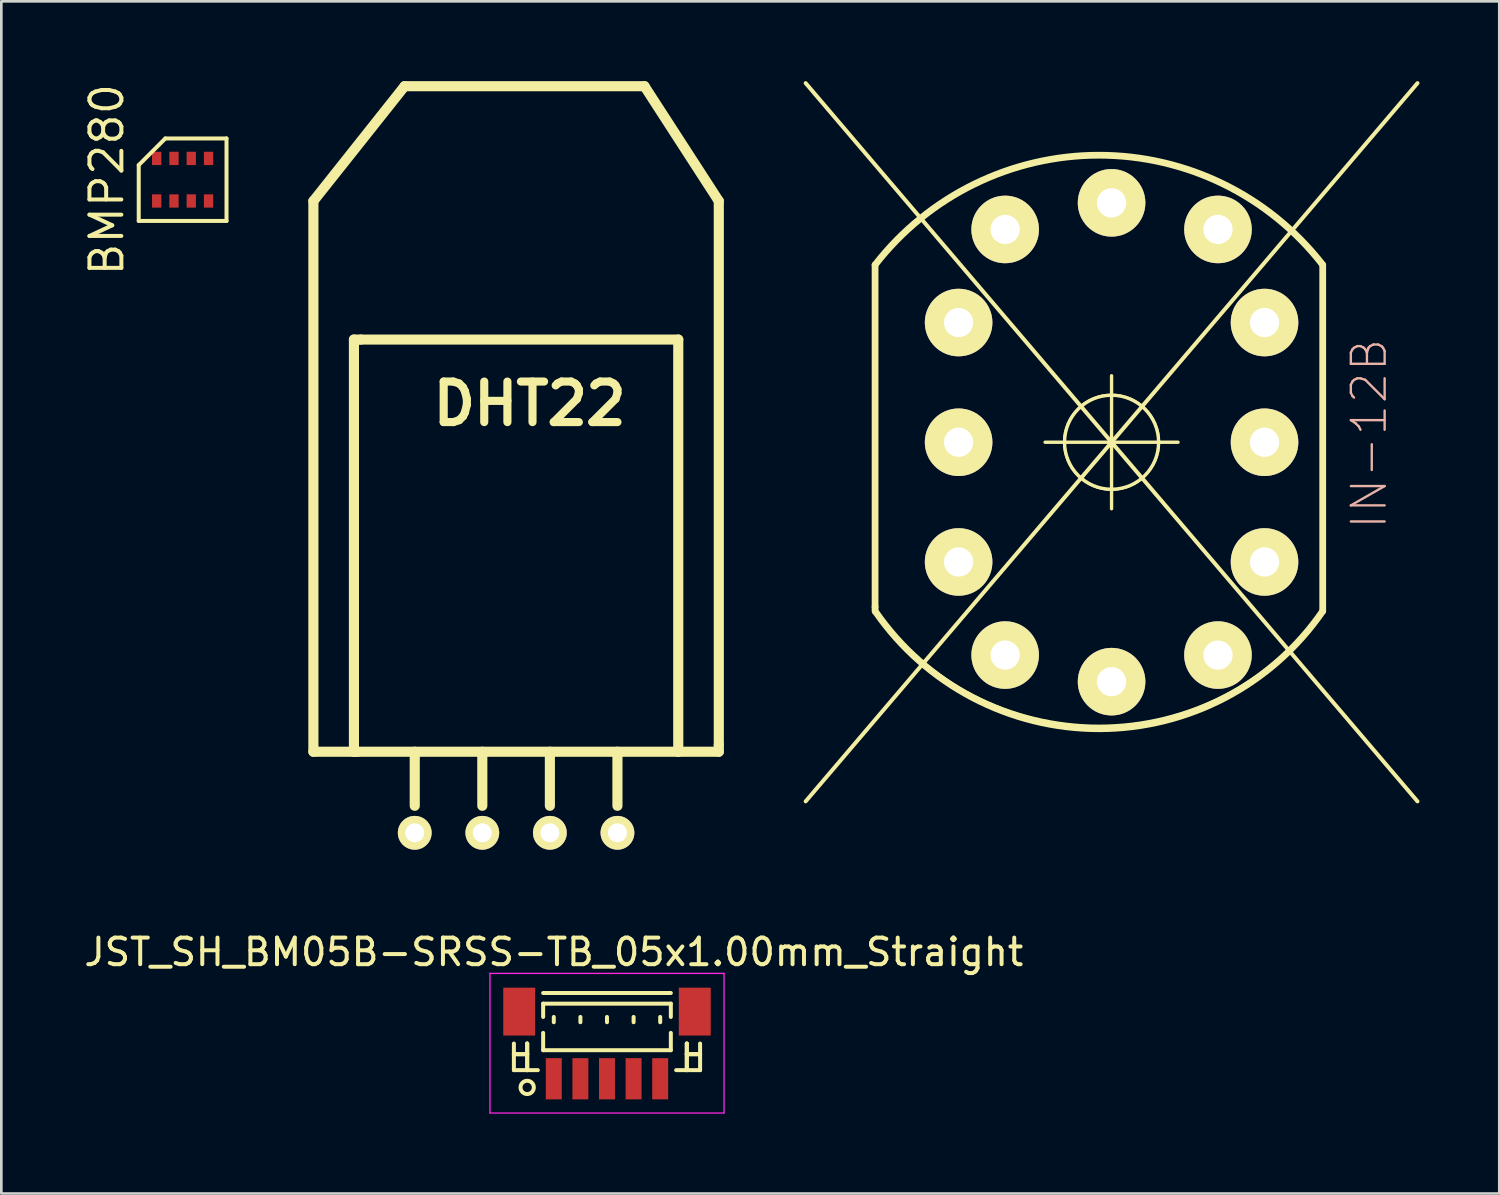
<source format=kicad_pcb>
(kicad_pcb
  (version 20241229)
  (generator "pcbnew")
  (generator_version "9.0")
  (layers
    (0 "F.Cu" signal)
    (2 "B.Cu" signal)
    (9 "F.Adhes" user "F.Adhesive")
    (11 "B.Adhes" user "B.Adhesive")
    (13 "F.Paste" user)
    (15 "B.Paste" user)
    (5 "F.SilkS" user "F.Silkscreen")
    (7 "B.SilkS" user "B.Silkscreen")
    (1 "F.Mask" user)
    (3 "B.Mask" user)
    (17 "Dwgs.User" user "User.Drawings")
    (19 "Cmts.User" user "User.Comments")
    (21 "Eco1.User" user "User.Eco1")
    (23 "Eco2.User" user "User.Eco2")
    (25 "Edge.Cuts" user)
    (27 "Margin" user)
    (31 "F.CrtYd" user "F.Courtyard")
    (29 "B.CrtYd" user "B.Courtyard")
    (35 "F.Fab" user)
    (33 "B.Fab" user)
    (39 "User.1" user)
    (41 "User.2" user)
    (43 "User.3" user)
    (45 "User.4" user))
  (footprint "JST_SH_BM05B-SRSS-TB_05x1.00mm_Straight"
    (layer "F.Cu")
    (at 19.768 36.241)
    (property "Reference" "JST_SH_BM05B-SRSS-TB_05x1.00mm_Straight" (at -2 -3.5 0) (layer "F.SilkS") (effects (font (size 1 1) (thickness 0.15))))
    (attr smd)
    (fp_line (start -3.5 -0.062) (end -3.5 0.938) (stroke (width 0.15) (type solid)) (layer "F.SilkS"))
    (fp_line (start -3.5 0.338) (end -3.5 0.338) (stroke (width 0.15) (type solid)) (layer "F.SilkS"))
    (fp_line (start -3.5 0.338) (end -3 0.338) (stroke (width 0.15) (type solid)) (layer "F.SilkS"))
    (fp_line (start -3.5 0.938) (end -2.6 0.938) (stroke (width 0.15) (type solid)) (layer "F.SilkS"))
    (fp_line (start -3 -0.062) (end -3 -0.062) (stroke (width 0.15) (type solid)) (layer "F.SilkS"))
    (fp_line (start -3 -0.062) (end -3 0.938) (stroke (width 0.15) (type solid)) (layer "F.SilkS"))
    (fp_line (start -3 0.338) (end -3.5 0.338) (stroke (width 0.15) (type solid)) (layer "F.SilkS"))
    (fp_line (start -3 0.338) (end -3 0.338) (stroke (width 0.15) (type solid)) (layer "F.SilkS"))
    (fp_line (start -3 0.938) (end -3 -0.062) (stroke (width 0.15) (type solid)) (layer "F.SilkS"))
    (fp_line (start -3 0.938) (end -3 0.938) (stroke (width 0.15) (type solid)) (layer "F.SilkS"))
    (fp_line (start -2.4 -1.962) (end 2.4 -1.962) (stroke (width 0.15) (type solid)) (layer "F.SilkS"))
    (fp_line (start -2.4 -1.562) (end 2.4 -1.562) (stroke (width 0.15) (type solid)) (layer "F.SilkS"))
    (fp_line (start -2.4 -1.062) (end -2.4 -1.562) (stroke (width 0.15) (type solid)) (layer "F.SilkS"))
    (fp_line (start -2.4 -0.463) (end -2.4 0.188) (stroke (width 0.15) (type solid)) (layer "F.SilkS"))
    (fp_line (start -2.4 0.188) (end 2.4 0.188) (stroke (width 0.15) (type solid)) (layer "F.SilkS"))
    (fp_line (start -2 -1.062) (end -2 -0.863) (stroke (width 0.15) (type solid)) (layer "F.SilkS"))
    (fp_line (start -1 -1.062) (end -1 -0.863) (stroke (width 0.15) (type solid)) (layer "F.SilkS"))
    (fp_line (start 0 -1.062) (end 0 -0.863) (stroke (width 0.15) (type solid)) (layer "F.SilkS"))
    (fp_line (start 1 -1.062) (end 1 -0.863) (stroke (width 0.15) (type solid)) (layer "F.SilkS"))
    (fp_line (start 2 -1.062) (end 2 -0.863) (stroke (width 0.15) (type solid)) (layer "F.SilkS"))
    (fp_line (start 2.4 -1.562) (end 2.4 -1.062) (stroke (width 0.15) (type solid)) (layer "F.SilkS"))
    (fp_line (start 2.4 0.188) (end 2.4 -0.463) (stroke (width 0.15) (type solid)) (layer "F.SilkS"))
    (fp_line (start 3 -0.062) (end 3 -0.062) (stroke (width 0.15) (type solid)) (layer "F.SilkS"))
    (fp_line (start 3 -0.062) (end 3 0.938) (stroke (width 0.15) (type solid)) (layer "F.SilkS"))
    (fp_line (start 3 0.338) (end 3 0.338) (stroke (width 0.15) (type solid)) (layer "F.SilkS"))
    (fp_line (start 3 0.338) (end 3.5 0.338) (stroke (width 0.15) (type solid)) (layer "F.SilkS"))
    (fp_line (start 3 0.938) (end 3 -0.062) (stroke (width 0.15) (type solid)) (layer "F.SilkS"))
    (fp_line (start 3 0.938) (end 3 0.938) (stroke (width 0.15) (type solid)) (layer "F.SilkS"))
    (fp_line (start 3.5 -0.062) (end 3.5 0.938) (stroke (width 0.15) (type solid)) (layer "F.SilkS"))
    (fp_line (start 3.5 0.338) (end 3 0.338) (stroke (width 0.15) (type solid)) (layer "F.SilkS"))
    (fp_line (start 3.5 0.338) (end 3.5 0.338) (stroke (width 0.15) (type solid)) (layer "F.SilkS"))
    (fp_line (start 3.5 0.938) (end 2.6 0.938) (stroke (width 0.15) (type solid)) (layer "F.SilkS"))
    (fp_circle (center -3 1.587) (end -2.75 1.587) (stroke (width 0.15) (type solid)) (fill no) (layer "F.SilkS"))
    (fp_line (start -4.4 -2.7) (end 4.4 -2.7) (stroke (width 0.05) (type solid)) (layer "F.CrtYd"))
    (fp_line (start -4.4 2.55) (end -4.4 -2.7) (stroke (width 0.05) (type solid)) (layer "F.CrtYd"))
    (fp_line (start 4.4 -2.7) (end 4.4 2.55) (stroke (width 0.05) (type solid)) (layer "F.CrtYd"))
    (fp_line (start 4.4 2.55) (end -4.4 2.55) (stroke (width 0.05) (type solid)) (layer "F.CrtYd"))
    (pad "" smd rect (at -3.3 -1.262) (size 1.2 1.8) (layers "F.Cu" "F.Mask" "F.Paste"))
    (pad "" smd rect (at 3.3 -1.262) (size 1.2 1.8) (layers "F.Cu" "F.Mask" "F.Paste"))
    (pad "1" smd rect (at -2 1.262) (size 0.6 1.55) (layers "F.Cu" "F.Mask" "F.Paste"))
    (pad "2" smd rect (at -1 1.262) (size 0.6 1.55) (layers "F.Cu" "F.Mask" "F.Paste"))
    (pad "3" smd rect (at 0 1.262) (size 0.6 1.55) (layers "F.Cu" "F.Mask" "F.Paste"))
    (pad "4" smd rect (at 1 1.262) (size 0.6 1.55) (layers "F.Cu" "F.Mask" "F.Paste"))
    (pad "5" smd rect (at 2 1.262) (size 0.6 1.55) (layers "F.Cu" "F.Mask" "F.Paste")))
  (footprint "DHT22"
    (layer "F.Cu")
    (at 16.351 17.843)
    (property "Reference" "DHT22" (at 0.508 -5.715 0) (layer "F.SilkS") (effects (font (size 1.524 1.524) (thickness 0.305))))
    (attr through_hole)
    (fp_line (start -7.62 -13.335) (end -4.191 -17.653) (stroke (width 0.381) (type solid)) (layer "F.SilkS"))
    (fp_line (start -7.62 7.366) (end -7.62 -13.335) (stroke (width 0.381) (type solid)) (layer "F.SilkS"))
    (fp_line (start -6.096 -8.128) (end -5.842 -8.128) (stroke (width 0.381) (type solid)) (layer "F.SilkS"))
    (fp_line (start -6.096 7.366) (end -6.096 -8.128) (stroke (width 0.381) (type solid)) (layer "F.SilkS"))
    (fp_line (start -5.969 7.366) (end -7.62 7.366) (stroke (width 0.381) (type solid)) (layer "F.SilkS"))
    (fp_line (start -4.191 -17.653) (end 4.826 -17.653) (stroke (width 0.381) (type solid)) (layer "F.SilkS"))
    (fp_line (start -3.81 9.398) (end -3.81 7.366) (stroke (width 0.381) (type solid)) (layer "F.SilkS"))
    (fp_line (start -1.27 9.398) (end -1.27 7.366) (stroke (width 0.381) (type solid)) (layer "F.SilkS"))
    (fp_line (start 1.27 9.398) (end 1.27 7.366) (stroke (width 0.381) (type solid)) (layer "F.SilkS"))
    (fp_line (start 3.81 9.398) (end 3.81 7.366) (stroke (width 0.381) (type solid)) (layer "F.SilkS"))
    (fp_line (start 4.826 -17.653) (end 7.62 -13.335) (stroke (width 0.381) (type solid)) (layer "F.SilkS"))
    (fp_line (start 6.096 -8.128) (end -5.842 -8.128) (stroke (width 0.381) (type solid)) (layer "F.SilkS"))
    (fp_line (start 6.096 7.366) (end -6.096 7.366) (stroke (width 0.381) (type solid)) (layer "F.SilkS"))
    (fp_line (start 6.096 7.366) (end 6.096 -8.128) (stroke (width 0.381) (type solid)) (layer "F.SilkS"))
    (fp_line (start 7.62 -13.335) (end 7.62 7.112) (stroke (width 0.381) (type solid)) (layer "F.SilkS"))
    (fp_line (start 7.62 7.112) (end 7.62 7.366) (stroke (width 0.381) (type solid)) (layer "F.SilkS"))
    (fp_line (start 7.62 7.366) (end 6.096 7.366) (stroke (width 0.381) (type solid)) (layer "F.SilkS"))
    (pad "1" thru_hole circle (at -3.81 10.414 90) (size 1.27 1.27) (drill 0.711) (layers "*.Cu" "*.Mask" "F.SilkS"))
    (pad "2" thru_hole circle (at -1.27 10.414 90) (size 1.27 1.27) (drill 0.711) (layers "*.Cu" "*.Mask" "F.SilkS"))
    (pad "3" thru_hole circle (at 1.27 10.414 90) (size 1.27 1.27) (drill 0.711) (layers "*.Cu" "*.Mask" "F.SilkS"))
    (pad "4" thru_hole circle (at 3.81 10.414 90) (size 1.27 1.27) (drill 0.711) (layers "*.Cu" "*.Mask" "F.SilkS")))
  (footprint "IN-12B"
    (layer "F.Cu")
    (at 38.736 13.575)
    (property "Reference" "IN-12B" (at 9.682 -0.318 90) (layer "B.SilkS") (effects (font (size 1.27 1.27) (thickness 0.089))))
    (attr exclude_from_pos_files exclude_from_bom)
    (fp_line (start -11.5 -13.5) (end 11.5 13.5) (stroke (width 0.15) (type solid)) (layer "F.SilkS"))
    (fp_line (start -8.89 6.19) (end -8.89 -6.668) (stroke (width 0.254) (type solid)) (layer "F.SilkS"))
    (fp_line (start -8.89 6.19) (end -8.89 6.35) (stroke (width 0.254) (type solid)) (layer "F.SilkS"))
    (fp_line (start -2.499 0) (end 2.499 0) (stroke (width 0.127) (type solid)) (layer "F.SilkS"))
    (fp_line (start 0 2.499) (end 0 -2.499) (stroke (width 0.127) (type solid)) (layer "F.SilkS"))
    (fp_line (start 7.938 -6.668) (end 7.938 6.35) (stroke (width 0.254) (type solid)) (layer "F.SilkS"))
    (fp_line (start 11.5 -13.5) (end -11.5 13.5) (stroke (width 0.15) (type solid)) (layer "F.SilkS"))
    (fp_arc (start -8.89 -6.6675) (mid -0.483925 -10.789801) (end 7.929063 -6.681627) (stroke (width 0.254) (type solid)) (layer "F.SilkS"))
    (fp_arc (start -8.89 -6.6675) (mid -0.483112 -10.757563) (end 7.929982 -6.680281) (stroke (width 0.127) (type solid)) (layer "F.SilkS"))
    (fp_arc (start 7.9375 6.35) (mid -0.475414 10.677846) (end -8.887964 6.349294) (stroke (width 0.127) (type solid)) (layer "F.SilkS"))
    (fp_arc (start 7.9375 6.35) (mid -0.469135 10.76972) (end -8.880822 6.359623) (stroke (width 0.254) (type solid)) (layer "F.SilkS"))
    (fp_circle (center 0 0) (end -1.27 1.27) (stroke (width 0.064) (type solid)) (fill no) (layer "F.SilkS"))
    (fp_circle (center 0 0) (end -1.25 1.25) (stroke (width 0.127) (type solid)) (fill no) (layer "F.SilkS"))
    (pad "0" thru_hole circle (at 5.75 -4.5) (size 2.54 2.54) (drill 1.1) (layers "*.Cu" "F.Mask" "F.SilkS" "F.Paste"))
    (pad "1" thru_hole circle (at -4 -8) (size 2.54 2.54) (drill 1.1) (layers "*.Cu" "F.Mask" "F.SilkS" "F.Paste"))
    (pad "2" thru_hole circle (at -5.75 -4.5) (size 2.54 2.54) (drill 1.1) (layers "*.Cu" "F.Mask" "F.SilkS" "F.Paste"))
    (pad "3" thru_hole circle (at -5.75 0) (size 2.54 2.54) (drill 1.1) (layers "*.Cu" "F.Mask" "F.SilkS" "F.Paste"))
    (pad "4" thru_hole circle (at -5.75 4.5) (size 2.54 2.54) (drill 1.1) (layers "*.Cu" "F.Mask" "F.SilkS" "F.Paste"))
    (pad "5" thru_hole circle (at -4 8) (size 2.54 2.54) (drill 1.1) (layers "*.Cu" "F.Mask" "F.SilkS" "F.Paste"))
    (pad "6" thru_hole circle (at 0 9) (size 2.54 2.54) (drill 1.1) (layers "*.Cu" "F.Mask" "F.SilkS" "F.Paste"))
    (pad "7" thru_hole circle (at 4 8) (size 2.54 2.54) (drill 1.1) (layers "*.Cu" "F.Mask" "F.SilkS" "F.Paste"))
    (pad "8" thru_hole circle (at 5.75 4.5) (size 2.54 2.54) (drill 1.1) (layers "*.Cu" "F.Mask" "F.SilkS" "F.Paste"))
    (pad "9" thru_hole circle (at 5.75 0) (size 2.54 2.54) (drill 1.1) (layers "*.Cu" "F.Mask" "F.SilkS" "F.Paste"))
    (pad "A" thru_hole circle (at 4 -8) (size 2.54 2.54) (drill 1.1) (layers "*.Cu" "F.Mask" "F.SilkS" "F.Paste"))
    (pad "LHDP" thru_hole circle (at 0 -9) (size 2.54 2.54) (drill 1.1) (layers "*.Cu" "F.Mask" "F.SilkS" "F.Paste")))
  (footprint "BMP280"
    (layer "F.Cu")
    (at 3.815 3.705)
    (property "Reference" "BMP280" (at -2.85 0 90) (layer "F.SilkS") (effects (font (size 1.2 1.2) (thickness 0.15))))
    (attr through_hole)
    (fp_line (start -1.65 -0.55) (end -1.65 1.55) (stroke (width 0.15) (type solid)) (layer "F.SilkS"))
    (fp_line (start -1.65 1.55) (end 1.65 1.55) (stroke (width 0.15) (type solid)) (layer "F.SilkS"))
    (fp_line (start -0.65 -1.55) (end -1.65 -0.55) (stroke (width 0.15) (type solid)) (layer "F.SilkS"))
    (fp_line (start 1.65 -1.55) (end -0.65 -1.55) (stroke (width 0.15) (type solid)) (layer "F.SilkS"))
    (fp_line (start 1.65 1.55) (end 1.65 -1.55) (stroke (width 0.15) (type solid)) (layer "F.SilkS"))
    (pad "1" smd rect (at -0.975 0.8) (size 0.35 0.5) (layers "F.Cu" "F.Mask" "F.Paste"))
    (pad "2" smd rect (at -0.325 0.8) (size 0.35 0.5) (layers "F.Cu" "F.Mask" "F.Paste"))
    (pad "3" smd rect (at 0.325 0.8) (size 0.35 0.5) (layers "F.Cu" "F.Mask" "F.Paste"))
    (pad "4" smd rect (at 0.975 0.8) (size 0.35 0.5) (layers "F.Cu" "F.Mask" "F.Paste"))
    (pad "5" smd rect (at 0.975 -0.8) (size 0.35 0.5) (layers "F.Cu" "F.Mask" "F.Paste"))
    (pad "6" smd rect (at 0.325 -0.8) (size 0.35 0.5) (layers "F.Cu" "F.Mask" "F.Paste"))
    (pad "7" smd rect (at -0.325 -0.8) (size 0.35 0.5) (layers "F.Cu" "F.Mask" "F.Paste"))
    (pad "8" smd rect (at -0.975 -0.8) (size 0.35 0.5) (layers "F.Cu" "F.Mask" "F.Paste")))
  (gr_rect
    (start -3 -3)
    (end 53.311 41.816)
    (stroke (width 0.1) (type default))
    (fill no)
    (layer "Edge.Cuts")))
</source>
